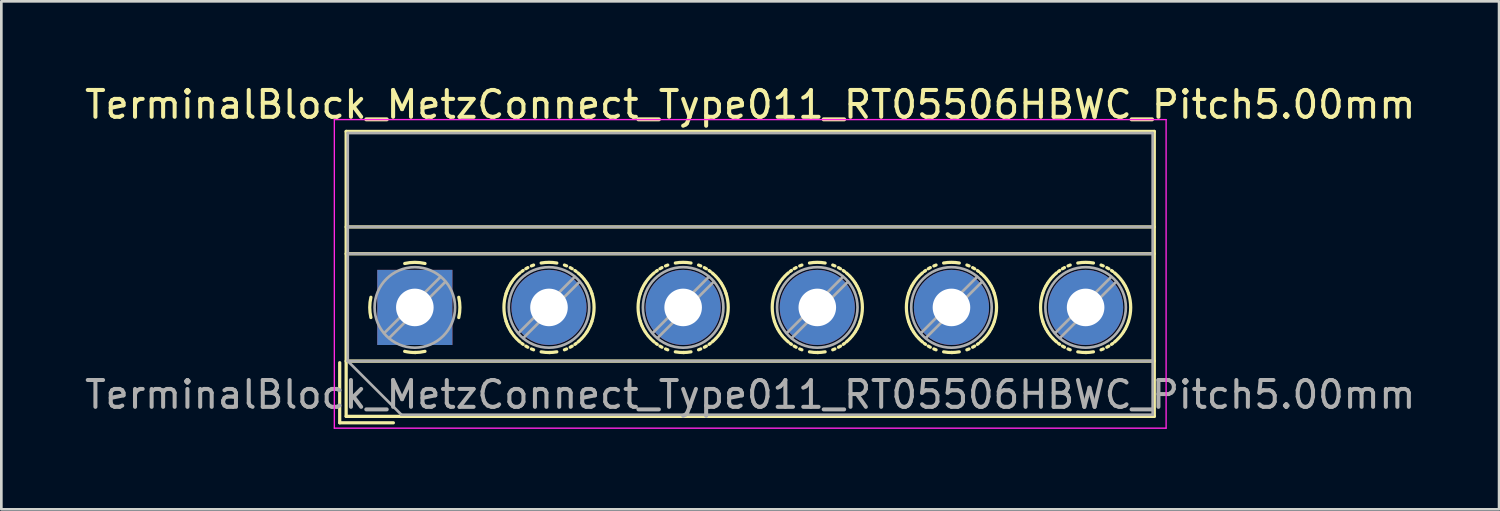
<source format=kicad_pcb>
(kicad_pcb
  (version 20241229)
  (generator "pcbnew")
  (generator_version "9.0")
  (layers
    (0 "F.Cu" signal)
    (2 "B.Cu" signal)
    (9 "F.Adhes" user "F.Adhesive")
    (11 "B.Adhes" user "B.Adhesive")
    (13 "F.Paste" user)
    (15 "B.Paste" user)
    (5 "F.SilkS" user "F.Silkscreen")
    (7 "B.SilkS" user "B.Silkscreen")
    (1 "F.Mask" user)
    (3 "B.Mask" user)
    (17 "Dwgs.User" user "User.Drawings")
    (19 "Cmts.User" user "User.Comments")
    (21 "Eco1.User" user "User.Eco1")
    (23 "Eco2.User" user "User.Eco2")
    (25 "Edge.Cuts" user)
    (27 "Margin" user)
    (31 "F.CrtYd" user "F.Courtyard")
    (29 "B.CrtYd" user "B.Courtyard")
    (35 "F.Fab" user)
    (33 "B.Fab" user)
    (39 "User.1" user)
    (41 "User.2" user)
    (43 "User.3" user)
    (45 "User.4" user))
  (footprint "TerminalBlock_MetzConnect_Type011_RT05506HBWC_Pitch5.00mm"
    (layer "F.Cu")
    (at 12.411 8.408)
    (property "Reference" "TerminalBlock_MetzConnect_Type011_RT05506HBWC_Pitch5.00mm" (at 12.5 -7.56 0) (layer "F.SilkS") (effects (font (size 1 1) (thickness 0.15))))
    (attr through_hole)
    (fp_line (start -2.8 2.06) (end -2.8 4.3) (stroke (width 0.12) (type solid)) (layer "F.SilkS"))
    (fp_line (start -2.8 4.3) (end -0.8 4.3) (stroke (width 0.12) (type solid)) (layer "F.SilkS"))
    (fp_line (start -2.56 -6.56) (end -2.56 4.06) (stroke (width 0.12) (type solid)) (layer "F.SilkS"))
    (fp_line (start -2.56 -3) (end 27.56 -3) (stroke (width 0.12) (type solid)) (layer "F.SilkS"))
    (fp_line (start -2.56 -2) (end 27.56 -2) (stroke (width 0.12) (type solid)) (layer "F.SilkS"))
    (fp_line (start -2.56 2) (end 27.56 2) (stroke (width 0.12) (type solid)) (layer "F.SilkS"))
    (fp_line (start -2.56 4.06) (end 27.56 4.06) (stroke (width 0.12) (type solid)) (layer "F.SilkS"))
    (fp_line (start 27.56 -6.56) (end -2.56 -6.56) (stroke (width 0.12) (type solid)) (layer "F.SilkS"))
    (fp_line (start 27.56 4.06) (end 27.56 -6.56) (stroke (width 0.12) (type solid)) (layer "F.SilkS"))
    (fp_arc (start -1.637469 0.376971) (mid -1.680301 -0.001041) (end -1.637 -0.379) (stroke (width 0.12) (type solid)) (layer "F.SilkS"))
    (fp_arc (start -0.376971 -1.637469) (mid 0.001041 -1.680301) (end 0.379 -1.637) (stroke (width 0.12) (type solid)) (layer "F.SilkS"))
    (fp_arc (start 0.028284 1.680063) (mid -0.176675 1.670987) (end -0.379 1.637) (stroke (width 0.12) (type solid)) (layer "F.SilkS"))
    (fp_arc (start 0.377918 1.636942) (mid 0.190182 1.669201) (end 0 1.68) (stroke (width 0.12) (type solid)) (layer "F.SilkS"))
    (fp_arc (start 1.63703 -0.377869) (mid 1.680075 0.000067) (end 1.637 0.378) (stroke (width 0.12) (type solid)) (layer "F.SilkS"))
    (fp_arc (start 3.402352 0.518004) (mid 3.320474 -0.001049) (end 3.403 -0.52) (stroke (width 0.12) (type solid)) (layer "F.SilkS"))
    (fp_arc (start 3.40259 -0.520111) (mid 3.416752 -0.561748) (end 3.432 -0.603) (stroke (width 0.12) (type solid)) (layer "F.SilkS"))
    (fp_arc (start 3.432351 0.601869) (mid 3.417133 0.560627) (end 3.403 0.519) (stroke (width 0.12) (type solid)) (layer "F.SilkS"))
    (fp_arc (start 3.443063 -0.630047) (mid 3.454296 -0.657124) (end 3.466 -0.684) (stroke (width 0.12) (type solid)) (layer "F.SilkS"))
    (fp_arc (start 3.465935 0.683955) (mid 3.454232 0.657078) (end 3.443 0.63) (stroke (width 0.12) (type solid)) (layer "F.SilkS"))
    (fp_arc (start 3.477739 -0.710304) (mid 3.496854 -0.749909) (end 3.517 -0.789) (stroke (width 0.12) (type solid)) (layer "F.SilkS"))
    (fp_arc (start 3.517244 0.788682) (mid 3.497107 0.749598) (end 3.478 0.71) (stroke (width 0.12) (type solid)) (layer "F.SilkS"))
    (fp_arc (start 3.53132 -0.815253) (mid 3.553164 -0.853419) (end 3.576 -0.891) (stroke (width 0.12) (type solid)) (layer "F.SilkS"))
    (fp_arc (start 3.575667 0.890765) (mid 3.552837 0.853175) (end 3.531 0.815) (stroke (width 0.12) (type solid)) (layer "F.SilkS"))
    (fp_arc (start 3.591155 -0.915521) (mid 3.615603 -0.952087) (end 3.641 -0.988) (stroke (width 0.12) (type solid)) (layer "F.SilkS"))
    (fp_arc (start 3.640818 0.987487) (mid 3.615435 0.95157) (end 3.591 0.915) (stroke (width 0.12) (type solid)) (layer "F.SilkS"))
    (fp_arc (start 3.677057 -1.035461) (mid 3.69533 -1.058392) (end 3.714 -1.081) (stroke (width 0.12) (type solid)) (layer "F.SilkS"))
    (fp_arc (start 3.712928 1.080576) (mid 3.694265 1.057949) (end 3.676 1.035) (stroke (width 0.12) (type solid)) (layer "F.SilkS"))
    (fp_arc (start 3.752399 -1.125248) (mid 3.782282 -1.157521) (end 3.813 -1.189) (stroke (width 0.12) (type solid)) (layer "F.SilkS"))
    (fp_arc (start 3.812536 1.187775) (mid 3.781851 1.156284) (end 3.752 1.124) (stroke (width 0.12) (type solid)) (layer "F.SilkS"))
    (fp_arc (start 3.85507 -1.229764) (mid 3.887654 -1.259313) (end 3.921 -1.288) (stroke (width 0.12) (type solid)) (layer "F.SilkS"))
    (fp_arc (start 3.92089 1.28724) (mid 3.887564 1.258551) (end 3.855 1.229) (stroke (width 0.12) (type solid)) (layer "F.SilkS"))
    (fp_arc (start 3.98953 -1.342553) (mid 4.013115 -1.359984) (end 4.037 -1.377) (stroke (width 0.12) (type solid)) (layer "F.SilkS"))
    (fp_arc (start 4.036451 1.376466) (mid 4.012575 1.35944) (end 3.989 1.342) (stroke (width 0.12) (type solid)) (layer "F.SilkS"))
    (fp_arc (start 4.135413 -1.440725) (mid 4.173423 -1.462864) (end 4.212 -1.484) (stroke (width 0.12) (type solid)) (layer "F.SilkS"))
    (fp_arc (start 4.211549 1.483297) (mid 4.172991 1.46215) (end 4.135 1.44) (stroke (width 0.12) (type solid)) (layer "F.SilkS"))
    (fp_arc (start 4.344148 -1.546795) (mid 4.384863 -1.563433) (end 4.426 -1.579) (stroke (width 0.12) (type solid)) (layer "F.SilkS"))
    (fp_arc (start 4.425863 1.579212) (mid 4.384721 1.563642) (end 4.344 1.547) (stroke (width 0.12) (type solid)) (layer "F.SilkS"))
    (fp_arc (start 4.708347 -1.655061) (mid 5.000176 -1.680562) (end 5.292 -1.655) (stroke (width 0.12) (type solid)) (layer "F.SilkS"))
    (fp_arc (start 5.029154 1.680309) (mid 4.867969 1.675367) (end 4.708 1.655) (stroke (width 0.12) (type solid)) (layer "F.SilkS"))
    (fp_arc (start 5.291729 1.654477) (mid 5.146422 1.673607) (end 5 1.68) (stroke (width 0.12) (type solid)) (layer "F.SilkS"))
    (fp_arc (start 5.575136 -1.579265) (mid 5.616279 -1.563669) (end 5.657 -1.547) (stroke (width 0.12) (type solid)) (layer "F.SilkS"))
    (fp_arc (start 5.65685 1.546743) (mid 5.616136 1.563407) (end 5.575 1.579) (stroke (width 0.12) (type solid)) (layer "F.SilkS"))
    (fp_arc (start 5.789449 -1.483349) (mid 5.828008 -1.462175) (end 5.866 -1.44) (stroke (width 0.12) (type solid)) (layer "F.SilkS"))
    (fp_arc (start 5.865585 1.440673) (mid 5.827576 1.462838) (end 5.789 1.484) (stroke (width 0.12) (type solid)) (layer "F.SilkS"))
    (fp_arc (start 5.964548 -1.376501) (mid 5.988425 -1.359458) (end 6.012 -1.342) (stroke (width 0.12) (type solid)) (layer "F.SilkS"))
    (fp_arc (start 6.011469 1.342518) (mid 5.987885 1.359966) (end 5.964 1.377) (stroke (width 0.12) (type solid)) (layer "F.SilkS"))
    (fp_arc (start 6.080109 -1.287293) (mid 6.113436 -1.258578) (end 6.146 -1.229) (stroke (width 0.12) (type solid)) (layer "F.SilkS"))
    (fp_arc (start 6.145876 1.228713) (mid 6.113319 1.258288) (end 6.08 1.287) (stroke (width 0.12) (type solid)) (layer "F.SilkS"))
    (fp_arc (start 6.18841 -1.188826) (mid 6.219123 -1.15731) (end 6.249 -1.125) (stroke (width 0.12) (type solid)) (layer "F.SilkS"))
    (fp_arc (start 6.248547 1.124197) (mid 6.218691 1.156495) (end 6.188 1.188) (stroke (width 0.12) (type solid)) (layer "F.SilkS"))
    (fp_arc (start 6.287072 -1.080576) (mid 6.305735 -1.057949) (end 6.324 -1.035) (stroke (width 0.12) (type solid)) (layer "F.SilkS"))
    (fp_arc (start 6.323907 1.034426) (mid 6.305652 1.057374) (end 6.287 1.08) (stroke (width 0.12) (type solid)) (layer "F.SilkS"))
    (fp_arc (start 6.36018 -0.98754) (mid 6.385565 -0.951596) (end 6.41 -0.915) (stroke (width 0.12) (type solid)) (layer "F.SilkS"))
    (fp_arc (start 6.409844 0.915469) (mid 6.385397 0.952061) (end 6.36 0.988) (stroke (width 0.12) (type solid)) (layer "F.SilkS"))
    (fp_arc (start 6.425332 -0.890817) (mid 6.448162 -0.853201) (end 6.47 -0.815) (stroke (width 0.12) (type solid)) (layer "F.SilkS"))
    (fp_arc (start 6.469678 0.8152) (mid 6.447835 0.853392) (end 6.425 0.891) (stroke (width 0.12) (type solid)) (layer "F.SilkS"))
    (fp_arc (start 6.483754 -0.788735) (mid 6.503892 -0.749624) (end 6.523 -0.71) (stroke (width 0.12) (type solid)) (layer "F.SilkS"))
    (fp_arc (start 6.523259 0.710252) (mid 6.504145 0.749883) (end 6.484 0.789) (stroke (width 0.12) (type solid)) (layer "F.SilkS"))
    (fp_arc (start 6.535064 -0.68399) (mid 6.546768 -0.657095) (end 6.558 -0.63) (stroke (width 0.12) (type solid)) (layer "F.SilkS"))
    (fp_arc (start 6.557936 0.630013) (mid 6.546704 0.657107) (end 6.535 0.684) (stroke (width 0.12) (type solid)) (layer "F.SilkS"))
    (fp_arc (start 6.568595 -0.60292) (mid 6.58384 -0.561652) (end 6.598 -0.52) (stroke (width 0.12) (type solid)) (layer "F.SilkS"))
    (fp_arc (start 6.598408 0.520058) (mid 6.584247 0.561721) (end 6.569 0.603) (stroke (width 0.12) (type solid)) (layer "F.SilkS"))
    (fp_arc (start 6.598457 -0.518592) (mid 6.680477 0.00074) (end 6.598 0.52) (stroke (width 0.12) (type solid)) (layer "F.SilkS"))
    (fp_arc (start 8.402352 0.518004) (mid 8.320474 -0.001049) (end 8.403 -0.52) (stroke (width 0.12) (type solid)) (layer "F.SilkS"))
    (fp_arc (start 8.40259 -0.520111) (mid 8.416752 -0.561748) (end 8.432 -0.603) (stroke (width 0.12) (type solid)) (layer "F.SilkS"))
    (fp_arc (start 8.432351 0.601869) (mid 8.417133 0.560627) (end 8.403 0.519) (stroke (width 0.12) (type solid)) (layer "F.SilkS"))
    (fp_arc (start 8.443063 -0.630047) (mid 8.454296 -0.657124) (end 8.466 -0.684) (stroke (width 0.12) (type solid)) (layer "F.SilkS"))
    (fp_arc (start 8.465935 0.683955) (mid 8.454232 0.657078) (end 8.443 0.63) (stroke (width 0.12) (type solid)) (layer "F.SilkS"))
    (fp_arc (start 8.477739 -0.710304) (mid 8.496854 -0.749909) (end 8.517 -0.789) (stroke (width 0.12) (type solid)) (layer "F.SilkS"))
    (fp_arc (start 8.517244 0.788682) (mid 8.497107 0.749598) (end 8.478 0.71) (stroke (width 0.12) (type solid)) (layer "F.SilkS"))
    (fp_arc (start 8.53132 -0.815253) (mid 8.553164 -0.853419) (end 8.576 -0.891) (stroke (width 0.12) (type solid)) (layer "F.SilkS"))
    (fp_arc (start 8.575667 0.890765) (mid 8.552837 0.853175) (end 8.531 0.815) (stroke (width 0.12) (type solid)) (layer "F.SilkS"))
    (fp_arc (start 8.591155 -0.915521) (mid 8.615603 -0.952087) (end 8.641 -0.988) (stroke (width 0.12) (type solid)) (layer "F.SilkS"))
    (fp_arc (start 8.640818 0.987487) (mid 8.615435 0.95157) (end 8.591 0.915) (stroke (width 0.12) (type solid)) (layer "F.SilkS"))
    (fp_arc (start 8.677057 -1.035461) (mid 8.69533 -1.058392) (end 8.714 -1.081) (stroke (width 0.12) (type solid)) (layer "F.SilkS"))
    (fp_arc (start 8.712928 1.080576) (mid 8.694265 1.057949) (end 8.676 1.035) (stroke (width 0.12) (type solid)) (layer "F.SilkS"))
    (fp_arc (start 8.752399 -1.125248) (mid 8.782282 -1.157521) (end 8.813 -1.189) (stroke (width 0.12) (type solid)) (layer "F.SilkS"))
    (fp_arc (start 8.812536 1.187775) (mid 8.781851 1.156284) (end 8.752 1.124) (stroke (width 0.12) (type solid)) (layer "F.SilkS"))
    (fp_arc (start 8.85507 -1.229764) (mid 8.887654 -1.259313) (end 8.921 -1.288) (stroke (width 0.12) (type solid)) (layer "F.SilkS"))
    (fp_arc (start 8.92089 1.28724) (mid 8.887564 1.258551) (end 8.855 1.229) (stroke (width 0.12) (type solid)) (layer "F.SilkS"))
    (fp_arc (start 8.98953 -1.342553) (mid 9.013115 -1.359984) (end 9.037 -1.377) (stroke (width 0.12) (type solid)) (layer "F.SilkS"))
    (fp_arc (start 9.036451 1.376466) (mid 9.012575 1.35944) (end 8.989 1.342) (stroke (width 0.12) (type solid)) (layer "F.SilkS"))
    (fp_arc (start 9.135413 -1.440725) (mid 9.173423 -1.462864) (end 9.212 -1.484) (stroke (width 0.12) (type solid)) (layer "F.SilkS"))
    (fp_arc (start 9.211549 1.483297) (mid 9.172991 1.46215) (end 9.135 1.44) (stroke (width 0.12) (type solid)) (layer "F.SilkS"))
    (fp_arc (start 9.344148 -1.546795) (mid 9.384863 -1.563433) (end 9.426 -1.579) (stroke (width 0.12) (type solid)) (layer "F.SilkS"))
    (fp_arc (start 9.425863 1.579212) (mid 9.384721 1.563642) (end 9.344 1.547) (stroke (width 0.12) (type solid)) (layer "F.SilkS"))
    (fp_arc (start 9.708347 -1.655061) (mid 10.000176 -1.680562) (end 10.292 -1.655) (stroke (width 0.12) (type solid)) (layer "F.SilkS"))
    (fp_arc (start 10.029154 1.680309) (mid 9.867969 1.675367) (end 9.708 1.655) (stroke (width 0.12) (type solid)) (layer "F.SilkS"))
    (fp_arc (start 10.291729 1.654477) (mid 10.146422 1.673607) (end 10 1.68) (stroke (width 0.12) (type solid)) (layer "F.SilkS"))
    (fp_arc (start 10.575136 -1.579265) (mid 10.616279 -1.563669) (end 10.657 -1.547) (stroke (width 0.12) (type solid)) (layer "F.SilkS"))
    (fp_arc (start 10.65685 1.546743) (mid 10.616136 1.563407) (end 10.575 1.579) (stroke (width 0.12) (type solid)) (layer "F.SilkS"))
    (fp_arc (start 10.789449 -1.483349) (mid 10.828008 -1.462175) (end 10.866 -1.44) (stroke (width 0.12) (type solid)) (layer "F.SilkS"))
    (fp_arc (start 10.865585 1.440673) (mid 10.827576 1.462838) (end 10.789 1.484) (stroke (width 0.12) (type solid)) (layer "F.SilkS"))
    (fp_arc (start 10.964548 -1.376501) (mid 10.988425 -1.359458) (end 11.012 -1.342) (stroke (width 0.12) (type solid)) (layer "F.SilkS"))
    (fp_arc (start 11.011469 1.342518) (mid 10.987885 1.359966) (end 10.964 1.377) (stroke (width 0.12) (type solid)) (layer "F.SilkS"))
    (fp_arc (start 11.080109 -1.287293) (mid 11.113436 -1.258578) (end 11.146 -1.229) (stroke (width 0.12) (type solid)) (layer "F.SilkS"))
    (fp_arc (start 11.145876 1.228713) (mid 11.113319 1.258288) (end 11.08 1.287) (stroke (width 0.12) (type solid)) (layer "F.SilkS"))
    (fp_arc (start 11.18841 -1.188826) (mid 11.219123 -1.15731) (end 11.249 -1.125) (stroke (width 0.12) (type solid)) (layer "F.SilkS"))
    (fp_arc (start 11.248547 1.124197) (mid 11.218691 1.156495) (end 11.188 1.188) (stroke (width 0.12) (type solid)) (layer "F.SilkS"))
    (fp_arc (start 11.287072 -1.080576) (mid 11.305735 -1.057949) (end 11.324 -1.035) (stroke (width 0.12) (type solid)) (layer "F.SilkS"))
    (fp_arc (start 11.323907 1.034426) (mid 11.305652 1.057374) (end 11.287 1.08) (stroke (width 0.12) (type solid)) (layer "F.SilkS"))
    (fp_arc (start 11.36018 -0.98754) (mid 11.385565 -0.951596) (end 11.41 -0.915) (stroke (width 0.12) (type solid)) (layer "F.SilkS"))
    (fp_arc (start 11.409844 0.915469) (mid 11.385397 0.952061) (end 11.36 0.988) (stroke (width 0.12) (type solid)) (layer "F.SilkS"))
    (fp_arc (start 11.425332 -0.890817) (mid 11.448162 -0.853201) (end 11.47 -0.815) (stroke (width 0.12) (type solid)) (layer "F.SilkS"))
    (fp_arc (start 11.469678 0.8152) (mid 11.447835 0.853392) (end 11.425 0.891) (stroke (width 0.12) (type solid)) (layer "F.SilkS"))
    (fp_arc (start 11.483754 -0.788735) (mid 11.503892 -0.749624) (end 11.523 -0.71) (stroke (width 0.12) (type solid)) (layer "F.SilkS"))
    (fp_arc (start 11.523259 0.710252) (mid 11.504145 0.749883) (end 11.484 0.789) (stroke (width 0.12) (type solid)) (layer "F.SilkS"))
    (fp_arc (start 11.535064 -0.68399) (mid 11.546768 -0.657095) (end 11.558 -0.63) (stroke (width 0.12) (type solid)) (layer "F.SilkS"))
    (fp_arc (start 11.557936 0.630013) (mid 11.546704 0.657107) (end 11.535 0.684) (stroke (width 0.12) (type solid)) (layer "F.SilkS"))
    (fp_arc (start 11.568595 -0.60292) (mid 11.58384 -0.561652) (end 11.598 -0.52) (stroke (width 0.12) (type solid)) (layer "F.SilkS"))
    (fp_arc (start 11.598408 0.520058) (mid 11.584247 0.561721) (end 11.569 0.603) (stroke (width 0.12) (type solid)) (layer "F.SilkS"))
    (fp_arc (start 11.598457 -0.518592) (mid 11.680477 0.00074) (end 11.598 0.52) (stroke (width 0.12) (type solid)) (layer "F.SilkS"))
    (fp_arc (start 13.402352 0.518004) (mid 13.320474 -0.001049) (end 13.403 -0.52) (stroke (width 0.12) (type solid)) (layer "F.SilkS"))
    (fp_arc (start 13.40259 -0.520111) (mid 13.416752 -0.561748) (end 13.432 -0.603) (stroke (width 0.12) (type solid)) (layer "F.SilkS"))
    (fp_arc (start 13.432351 0.601869) (mid 13.417133 0.560627) (end 13.403 0.519) (stroke (width 0.12) (type solid)) (layer "F.SilkS"))
    (fp_arc (start 13.443063 -0.630047) (mid 13.454296 -0.657124) (end 13.466 -0.684) (stroke (width 0.12) (type solid)) (layer "F.SilkS"))
    (fp_arc (start 13.465935 0.683955) (mid 13.454232 0.657078) (end 13.443 0.63) (stroke (width 0.12) (type solid)) (layer "F.SilkS"))
    (fp_arc (start 13.477739 -0.710304) (mid 13.496854 -0.749909) (end 13.517 -0.789) (stroke (width 0.12) (type solid)) (layer "F.SilkS"))
    (fp_arc (start 13.517244 0.788682) (mid 13.497107 0.749598) (end 13.478 0.71) (stroke (width 0.12) (type solid)) (layer "F.SilkS"))
    (fp_arc (start 13.53132 -0.815253) (mid 13.553164 -0.853419) (end 13.576 -0.891) (stroke (width 0.12) (type solid)) (layer "F.SilkS"))
    (fp_arc (start 13.575667 0.890765) (mid 13.552837 0.853175) (end 13.531 0.815) (stroke (width 0.12) (type solid)) (layer "F.SilkS"))
    (fp_arc (start 13.591155 -0.915521) (mid 13.615603 -0.952087) (end 13.641 -0.988) (stroke (width 0.12) (type solid)) (layer "F.SilkS"))
    (fp_arc (start 13.640818 0.987487) (mid 13.615435 0.95157) (end 13.591 0.915) (stroke (width 0.12) (type solid)) (layer "F.SilkS"))
    (fp_arc (start 13.677057 -1.035461) (mid 13.69533 -1.058392) (end 13.714 -1.081) (stroke (width 0.12) (type solid)) (layer "F.SilkS"))
    (fp_arc (start 13.712928 1.080576) (mid 13.694265 1.057949) (end 13.676 1.035) (stroke (width 0.12) (type solid)) (layer "F.SilkS"))
    (fp_arc (start 13.752399 -1.125248) (mid 13.782282 -1.157521) (end 13.813 -1.189) (stroke (width 0.12) (type solid)) (layer "F.SilkS"))
    (fp_arc (start 13.812536 1.187775) (mid 13.781851 1.156284) (end 13.752 1.124) (stroke (width 0.12) (type solid)) (layer "F.SilkS"))
    (fp_arc (start 13.85507 -1.229764) (mid 13.887654 -1.259313) (end 13.921 -1.288) (stroke (width 0.12) (type solid)) (layer "F.SilkS"))
    (fp_arc (start 13.92089 1.28724) (mid 13.887564 1.258551) (end 13.855 1.229) (stroke (width 0.12) (type solid)) (layer "F.SilkS"))
    (fp_arc (start 13.98953 -1.342553) (mid 14.013115 -1.359984) (end 14.037 -1.377) (stroke (width 0.12) (type solid)) (layer "F.SilkS"))
    (fp_arc (start 14.036451 1.376466) (mid 14.012575 1.35944) (end 13.989 1.342) (stroke (width 0.12) (type solid)) (layer "F.SilkS"))
    (fp_arc (start 14.135413 -1.440725) (mid 14.173423 -1.462864) (end 14.212 -1.484) (stroke (width 0.12) (type solid)) (layer "F.SilkS"))
    (fp_arc (start 14.211549 1.483297) (mid 14.172991 1.46215) (end 14.135 1.44) (stroke (width 0.12) (type solid)) (layer "F.SilkS"))
    (fp_arc (start 14.344148 -1.546795) (mid 14.384863 -1.563433) (end 14.426 -1.579) (stroke (width 0.12) (type solid)) (layer "F.SilkS"))
    (fp_arc (start 14.425863 1.579212) (mid 14.384721 1.563642) (end 14.344 1.547) (stroke (width 0.12) (type solid)) (layer "F.SilkS"))
    (fp_arc (start 14.708347 -1.655061) (mid 15.000176 -1.680562) (end 15.292 -1.655) (stroke (width 0.12) (type solid)) (layer "F.SilkS"))
    (fp_arc (start 15.029154 1.680309) (mid 14.867969 1.675367) (end 14.708 1.655) (stroke (width 0.12) (type solid)) (layer "F.SilkS"))
    (fp_arc (start 15.291729 1.654477) (mid 15.146422 1.673607) (end 15 1.68) (stroke (width 0.12) (type solid)) (layer "F.SilkS"))
    (fp_arc (start 15.575136 -1.579265) (mid 15.616279 -1.563669) (end 15.657 -1.547) (stroke (width 0.12) (type solid)) (layer "F.SilkS"))
    (fp_arc (start 15.65685 1.546743) (mid 15.616136 1.563407) (end 15.575 1.579) (stroke (width 0.12) (type solid)) (layer "F.SilkS"))
    (fp_arc (start 15.789449 -1.483349) (mid 15.828008 -1.462175) (end 15.866 -1.44) (stroke (width 0.12) (type solid)) (layer "F.SilkS"))
    (fp_arc (start 15.865585 1.440673) (mid 15.827576 1.462838) (end 15.789 1.484) (stroke (width 0.12) (type solid)) (layer "F.SilkS"))
    (fp_arc (start 15.964548 -1.376501) (mid 15.988425 -1.359458) (end 16.012 -1.342) (stroke (width 0.12) (type solid)) (layer "F.SilkS"))
    (fp_arc (start 16.011469 1.342518) (mid 15.987885 1.359966) (end 15.964 1.377) (stroke (width 0.12) (type solid)) (layer "F.SilkS"))
    (fp_arc (start 16.080109 -1.287293) (mid 16.113436 -1.258578) (end 16.146 -1.229) (stroke (width 0.12) (type solid)) (layer "F.SilkS"))
    (fp_arc (start 16.145876 1.228713) (mid 16.113319 1.258288) (end 16.08 1.287) (stroke (width 0.12) (type solid)) (layer "F.SilkS"))
    (fp_arc (start 16.18841 -1.188826) (mid 16.219123 -1.15731) (end 16.249 -1.125) (stroke (width 0.12) (type solid)) (layer "F.SilkS"))
    (fp_arc (start 16.248547 1.124197) (mid 16.218691 1.156495) (end 16.188 1.188) (stroke (width 0.12) (type solid)) (layer "F.SilkS"))
    (fp_arc (start 16.287072 -1.080576) (mid 16.305735 -1.057949) (end 16.324 -1.035) (stroke (width 0.12) (type solid)) (layer "F.SilkS"))
    (fp_arc (start 16.323907 1.034426) (mid 16.305652 1.057374) (end 16.287 1.08) (stroke (width 0.12) (type solid)) (layer "F.SilkS"))
    (fp_arc (start 16.36018 -0.98754) (mid 16.385565 -0.951596) (end 16.41 -0.915) (stroke (width 0.12) (type solid)) (layer "F.SilkS"))
    (fp_arc (start 16.409844 0.915469) (mid 16.385397 0.952061) (end 16.36 0.988) (stroke (width 0.12) (type solid)) (layer "F.SilkS"))
    (fp_arc (start 16.425332 -0.890817) (mid 16.448162 -0.853201) (end 16.47 -0.815) (stroke (width 0.12) (type solid)) (layer "F.SilkS"))
    (fp_arc (start 16.469678 0.8152) (mid 16.447835 0.853392) (end 16.425 0.891) (stroke (width 0.12) (type solid)) (layer "F.SilkS"))
    (fp_arc (start 16.483754 -0.788735) (mid 16.503892 -0.749624) (end 16.523 -0.71) (stroke (width 0.12) (type solid)) (layer "F.SilkS"))
    (fp_arc (start 16.523259 0.710252) (mid 16.504145 0.749883) (end 16.484 0.789) (stroke (width 0.12) (type solid)) (layer "F.SilkS"))
    (fp_arc (start 16.535064 -0.68399) (mid 16.546768 -0.657095) (end 16.558 -0.63) (stroke (width 0.12) (type solid)) (layer "F.SilkS"))
    (fp_arc (start 16.557936 0.630013) (mid 16.546704 0.657107) (end 16.535 0.684) (stroke (width 0.12) (type solid)) (layer "F.SilkS"))
    (fp_arc (start 16.568595 -0.60292) (mid 16.58384 -0.561652) (end 16.598 -0.52) (stroke (width 0.12) (type solid)) (layer "F.SilkS"))
    (fp_arc (start 16.598408 0.520058) (mid 16.584247 0.561721) (end 16.569 0.603) (stroke (width 0.12) (type solid)) (layer "F.SilkS"))
    (fp_arc (start 16.598457 -0.518592) (mid 16.680477 0.00074) (end 16.598 0.52) (stroke (width 0.12) (type solid)) (layer "F.SilkS"))
    (fp_arc (start 18.402352 0.518004) (mid 18.320474 -0.001049) (end 18.403 -0.52) (stroke (width 0.12) (type solid)) (layer "F.SilkS"))
    (fp_arc (start 18.40259 -0.520111) (mid 18.416752 -0.561748) (end 18.432 -0.603) (stroke (width 0.12) (type solid)) (layer "F.SilkS"))
    (fp_arc (start 18.432351 0.601869) (mid 18.417133 0.560627) (end 18.403 0.519) (stroke (width 0.12) (type solid)) (layer "F.SilkS"))
    (fp_arc (start 18.443063 -0.630047) (mid 18.454296 -0.657124) (end 18.466 -0.684) (stroke (width 0.12) (type solid)) (layer "F.SilkS"))
    (fp_arc (start 18.465935 0.683955) (mid 18.454232 0.657078) (end 18.443 0.63) (stroke (width 0.12) (type solid)) (layer "F.SilkS"))
    (fp_arc (start 18.477739 -0.710304) (mid 18.496854 -0.749909) (end 18.517 -0.789) (stroke (width 0.12) (type solid)) (layer "F.SilkS"))
    (fp_arc (start 18.517244 0.788682) (mid 18.497107 0.749598) (end 18.478 0.71) (stroke (width 0.12) (type solid)) (layer "F.SilkS"))
    (fp_arc (start 18.53132 -0.815253) (mid 18.553164 -0.853419) (end 18.576 -0.891) (stroke (width 0.12) (type solid)) (layer "F.SilkS"))
    (fp_arc (start 18.575667 0.890765) (mid 18.552837 0.853175) (end 18.531 0.815) (stroke (width 0.12) (type solid)) (layer "F.SilkS"))
    (fp_arc (start 18.591155 -0.915521) (mid 18.615603 -0.952087) (end 18.641 -0.988) (stroke (width 0.12) (type solid)) (layer "F.SilkS"))
    (fp_arc (start 18.640818 0.987487) (mid 18.615435 0.95157) (end 18.591 0.915) (stroke (width 0.12) (type solid)) (layer "F.SilkS"))
    (fp_arc (start 18.677057 -1.035461) (mid 18.69533 -1.058392) (end 18.714 -1.081) (stroke (width 0.12) (type solid)) (layer "F.SilkS"))
    (fp_arc (start 18.712928 1.080576) (mid 18.694265 1.057949) (end 18.676 1.035) (stroke (width 0.12) (type solid)) (layer "F.SilkS"))
    (fp_arc (start 18.752399 -1.125248) (mid 18.782282 -1.157521) (end 18.813 -1.189) (stroke (width 0.12) (type solid)) (layer "F.SilkS"))
    (fp_arc (start 18.812536 1.187775) (mid 18.781851 1.156284) (end 18.752 1.124) (stroke (width 0.12) (type solid)) (layer "F.SilkS"))
    (fp_arc (start 18.85507 -1.229764) (mid 18.887654 -1.259313) (end 18.921 -1.288) (stroke (width 0.12) (type solid)) (layer "F.SilkS"))
    (fp_arc (start 18.92089 1.28724) (mid 18.887564 1.258551) (end 18.855 1.229) (stroke (width 0.12) (type solid)) (layer "F.SilkS"))
    (fp_arc (start 18.98953 -1.342553) (mid 19.013115 -1.359984) (end 19.037 -1.377) (stroke (width 0.12) (type solid)) (layer "F.SilkS"))
    (fp_arc (start 19.036451 1.376466) (mid 19.012575 1.35944) (end 18.989 1.342) (stroke (width 0.12) (type solid)) (layer "F.SilkS"))
    (fp_arc (start 19.135413 -1.440725) (mid 19.173423 -1.462864) (end 19.212 -1.484) (stroke (width 0.12) (type solid)) (layer "F.SilkS"))
    (fp_arc (start 19.211549 1.483297) (mid 19.172991 1.46215) (end 19.135 1.44) (stroke (width 0.12) (type solid)) (layer "F.SilkS"))
    (fp_arc (start 19.344148 -1.546795) (mid 19.384863 -1.563433) (end 19.426 -1.579) (stroke (width 0.12) (type solid)) (layer "F.SilkS"))
    (fp_arc (start 19.425863 1.579212) (mid 19.384721 1.563642) (end 19.344 1.547) (stroke (width 0.12) (type solid)) (layer "F.SilkS"))
    (fp_arc (start 19.708347 -1.655061) (mid 20.000176 -1.680562) (end 20.292 -1.655) (stroke (width 0.12) (type solid)) (layer "F.SilkS"))
    (fp_arc (start 20.029154 1.680309) (mid 19.867969 1.675367) (end 19.708 1.655) (stroke (width 0.12) (type solid)) (layer "F.SilkS"))
    (fp_arc (start 20.291729 1.654477) (mid 20.146422 1.673607) (end 20 1.68) (stroke (width 0.12) (type solid)) (layer "F.SilkS"))
    (fp_arc (start 20.575136 -1.579265) (mid 20.616279 -1.563669) (end 20.657 -1.547) (stroke (width 0.12) (type solid)) (layer "F.SilkS"))
    (fp_arc (start 20.65685 1.546743) (mid 20.616136 1.563407) (end 20.575 1.579) (stroke (width 0.12) (type solid)) (layer "F.SilkS"))
    (fp_arc (start 20.789449 -1.483349) (mid 20.828008 -1.462175) (end 20.866 -1.44) (stroke (width 0.12) (type solid)) (layer "F.SilkS"))
    (fp_arc (start 20.865585 1.440673) (mid 20.827576 1.462838) (end 20.789 1.484) (stroke (width 0.12) (type solid)) (layer "F.SilkS"))
    (fp_arc (start 20.964548 -1.376501) (mid 20.988425 -1.359458) (end 21.012 -1.342) (stroke (width 0.12) (type solid)) (layer "F.SilkS"))
    (fp_arc (start 21.011469 1.342518) (mid 20.987885 1.359966) (end 20.964 1.377) (stroke (width 0.12) (type solid)) (layer "F.SilkS"))
    (fp_arc (start 21.080109 -1.287293) (mid 21.113436 -1.258578) (end 21.146 -1.229) (stroke (width 0.12) (type solid)) (layer "F.SilkS"))
    (fp_arc (start 21.145876 1.228713) (mid 21.113319 1.258288) (end 21.08 1.287) (stroke (width 0.12) (type solid)) (layer "F.SilkS"))
    (fp_arc (start 21.18841 -1.188826) (mid 21.219123 -1.15731) (end 21.249 -1.125) (stroke (width 0.12) (type solid)) (layer "F.SilkS"))
    (fp_arc (start 21.248547 1.124197) (mid 21.218691 1.156495) (end 21.188 1.188) (stroke (width 0.12) (type solid)) (layer "F.SilkS"))
    (fp_arc (start 21.287072 -1.080576) (mid 21.305735 -1.057949) (end 21.324 -1.035) (stroke (width 0.12) (type solid)) (layer "F.SilkS"))
    (fp_arc (start 21.323907 1.034426) (mid 21.305652 1.057374) (end 21.287 1.08) (stroke (width 0.12) (type solid)) (layer "F.SilkS"))
    (fp_arc (start 21.36018 -0.98754) (mid 21.385565 -0.951596) (end 21.41 -0.915) (stroke (width 0.12) (type solid)) (layer "F.SilkS"))
    (fp_arc (start 21.409844 0.915469) (mid 21.385397 0.952061) (end 21.36 0.988) (stroke (width 0.12) (type solid)) (layer "F.SilkS"))
    (fp_arc (start 21.425332 -0.890817) (mid 21.448162 -0.853201) (end 21.47 -0.815) (stroke (width 0.12) (type solid)) (layer "F.SilkS"))
    (fp_arc (start 21.469678 0.8152) (mid 21.447835 0.853392) (end 21.425 0.891) (stroke (width 0.12) (type solid)) (layer "F.SilkS"))
    (fp_arc (start 21.483754 -0.788735) (mid 21.503892 -0.749624) (end 21.523 -0.71) (stroke (width 0.12) (type solid)) (layer "F.SilkS"))
    (fp_arc (start 21.523259 0.710252) (mid 21.504145 0.749883) (end 21.484 0.789) (stroke (width 0.12) (type solid)) (layer "F.SilkS"))
    (fp_arc (start 21.535064 -0.68399) (mid 21.546768 -0.657095) (end 21.558 -0.63) (stroke (width 0.12) (type solid)) (layer "F.SilkS"))
    (fp_arc (start 21.557936 0.630013) (mid 21.546704 0.657107) (end 21.535 0.684) (stroke (width 0.12) (type solid)) (layer "F.SilkS"))
    (fp_arc (start 21.568595 -0.60292) (mid 21.58384 -0.561652) (end 21.598 -0.52) (stroke (width 0.12) (type solid)) (layer "F.SilkS"))
    (fp_arc (start 21.598408 0.520058) (mid 21.584247 0.561721) (end 21.569 0.603) (stroke (width 0.12) (type solid)) (layer "F.SilkS"))
    (fp_arc (start 21.598457 -0.518592) (mid 21.680477 0.00074) (end 21.598 0.52) (stroke (width 0.12) (type solid)) (layer "F.SilkS"))
    (fp_arc (start 23.402352 0.518004) (mid 23.320474 -0.001049) (end 23.403 -0.52) (stroke (width 0.12) (type solid)) (layer "F.SilkS"))
    (fp_arc (start 23.40259 -0.520111) (mid 23.416752 -0.561748) (end 23.432 -0.603) (stroke (width 0.12) (type solid)) (layer "F.SilkS"))
    (fp_arc (start 23.432351 0.601869) (mid 23.417133 0.560627) (end 23.403 0.519) (stroke (width 0.12) (type solid)) (layer "F.SilkS"))
    (fp_arc (start 23.443063 -0.630047) (mid 23.454296 -0.657124) (end 23.466 -0.684) (stroke (width 0.12) (type solid)) (layer "F.SilkS"))
    (fp_arc (start 23.465935 0.683955) (mid 23.454232 0.657078) (end 23.443 0.63) (stroke (width 0.12) (type solid)) (layer "F.SilkS"))
    (fp_arc (start 23.477739 -0.710304) (mid 23.496854 -0.749909) (end 23.517 -0.789) (stroke (width 0.12) (type solid)) (layer "F.SilkS"))
    (fp_arc (start 23.517244 0.788682) (mid 23.497107 0.749598) (end 23.478 0.71) (stroke (width 0.12) (type solid)) (layer "F.SilkS"))
    (fp_arc (start 23.53132 -0.815253) (mid 23.553164 -0.853419) (end 23.576 -0.891) (stroke (width 0.12) (type solid)) (layer "F.SilkS"))
    (fp_arc (start 23.575667 0.890765) (mid 23.552837 0.853175) (end 23.531 0.815) (stroke (width 0.12) (type solid)) (layer "F.SilkS"))
    (fp_arc (start 23.591155 -0.915521) (mid 23.615603 -0.952087) (end 23.641 -0.988) (stroke (width 0.12) (type solid)) (layer "F.SilkS"))
    (fp_arc (start 23.640818 0.987487) (mid 23.615435 0.95157) (end 23.591 0.915) (stroke (width 0.12) (type solid)) (layer "F.SilkS"))
    (fp_arc (start 23.677057 -1.035461) (mid 23.69533 -1.058392) (end 23.714 -1.081) (stroke (width 0.12) (type solid)) (layer "F.SilkS"))
    (fp_arc (start 23.712928 1.080576) (mid 23.694265 1.057949) (end 23.676 1.035) (stroke (width 0.12) (type solid)) (layer "F.SilkS"))
    (fp_arc (start 23.752399 -1.125248) (mid 23.782282 -1.157521) (end 23.813 -1.189) (stroke (width 0.12) (type solid)) (layer "F.SilkS"))
    (fp_arc (start 23.812536 1.187775) (mid 23.781851 1.156284) (end 23.752 1.124) (stroke (width 0.12) (type solid)) (layer "F.SilkS"))
    (fp_arc (start 23.85507 -1.229764) (mid 23.887654 -1.259313) (end 23.921 -1.288) (stroke (width 0.12) (type solid)) (layer "F.SilkS"))
    (fp_arc (start 23.92089 1.28724) (mid 23.887564 1.258551) (end 23.855 1.229) (stroke (width 0.12) (type solid)) (layer "F.SilkS"))
    (fp_arc (start 23.98953 -1.342553) (mid 24.013115 -1.359984) (end 24.037 -1.377) (stroke (width 0.12) (type solid)) (layer "F.SilkS"))
    (fp_arc (start 24.036451 1.376466) (mid 24.012575 1.35944) (end 23.989 1.342) (stroke (width 0.12) (type solid)) (layer "F.SilkS"))
    (fp_arc (start 24.135413 -1.440725) (mid 24.173423 -1.462864) (end 24.212 -1.484) (stroke (width 0.12) (type solid)) (layer "F.SilkS"))
    (fp_arc (start 24.211549 1.483297) (mid 24.172991 1.46215) (end 24.135 1.44) (stroke (width 0.12) (type solid)) (layer "F.SilkS"))
    (fp_arc (start 24.344148 -1.546795) (mid 24.384863 -1.563433) (end 24.426 -1.579) (stroke (width 0.12) (type solid)) (layer "F.SilkS"))
    (fp_arc (start 24.425863 1.579212) (mid 24.384721 1.563642) (end 24.344 1.547) (stroke (width 0.12) (type solid)) (layer "F.SilkS"))
    (fp_arc (start 24.708347 -1.655061) (mid 25.000176 -1.680562) (end 25.292 -1.655) (stroke (width 0.12) (type solid)) (layer "F.SilkS"))
    (fp_arc (start 25.029154 1.680309) (mid 24.867969 1.675367) (end 24.708 1.655) (stroke (width 0.12) (type solid)) (layer "F.SilkS"))
    (fp_arc (start 25.291729 1.654477) (mid 25.146422 1.673607) (end 25 1.68) (stroke (width 0.12) (type solid)) (layer "F.SilkS"))
    (fp_arc (start 25.575136 -1.579265) (mid 25.616279 -1.563669) (end 25.657 -1.547) (stroke (width 0.12) (type solid)) (layer "F.SilkS"))
    (fp_arc (start 25.65685 1.546743) (mid 25.616136 1.563407) (end 25.575 1.579) (stroke (width 0.12) (type solid)) (layer "F.SilkS"))
    (fp_arc (start 25.789449 -1.483349) (mid 25.828008 -1.462175) (end 25.866 -1.44) (stroke (width 0.12) (type solid)) (layer "F.SilkS"))
    (fp_arc (start 25.865585 1.440673) (mid 25.827576 1.462838) (end 25.789 1.484) (stroke (width 0.12) (type solid)) (layer "F.SilkS"))
    (fp_arc (start 25.964548 -1.376501) (mid 25.988425 -1.359458) (end 26.012 -1.342) (stroke (width 0.12) (type solid)) (layer "F.SilkS"))
    (fp_arc (start 26.011469 1.342518) (mid 25.987885 1.359966) (end 25.964 1.377) (stroke (width 0.12) (type solid)) (layer "F.SilkS"))
    (fp_arc (start 26.080109 -1.287293) (mid 26.113436 -1.258578) (end 26.146 -1.229) (stroke (width 0.12) (type solid)) (layer "F.SilkS"))
    (fp_arc (start 26.145876 1.228713) (mid 26.113319 1.258288) (end 26.08 1.287) (stroke (width 0.12) (type solid)) (layer "F.SilkS"))
    (fp_arc (start 26.18841 -1.188826) (mid 26.219123 -1.15731) (end 26.249 -1.125) (stroke (width 0.12) (type solid)) (layer "F.SilkS"))
    (fp_arc (start 26.248547 1.124197) (mid 26.218691 1.156495) (end 26.188 1.188) (stroke (width 0.12) (type solid)) (layer "F.SilkS"))
    (fp_arc (start 26.287072 -1.080576) (mid 26.305735 -1.057949) (end 26.324 -1.035) (stroke (width 0.12) (type solid)) (layer "F.SilkS"))
    (fp_arc (start 26.323907 1.034426) (mid 26.305652 1.057374) (end 26.287 1.08) (stroke (width 0.12) (type solid)) (layer "F.SilkS"))
    (fp_arc (start 26.36018 -0.98754) (mid 26.385565 -0.951596) (end 26.41 -0.915) (stroke (width 0.12) (type solid)) (layer "F.SilkS"))
    (fp_arc (start 26.409844 0.915469) (mid 26.385397 0.952061) (end 26.36 0.988) (stroke (width 0.12) (type solid)) (layer "F.SilkS"))
    (fp_arc (start 26.425332 -0.890817) (mid 26.448162 -0.853201) (end 26.47 -0.815) (stroke (width 0.12) (type solid)) (layer "F.SilkS"))
    (fp_arc (start 26.469678 0.8152) (mid 26.447835 0.853392) (end 26.425 0.891) (stroke (width 0.12) (type solid)) (layer "F.SilkS"))
    (fp_arc (start 26.483754 -0.788735) (mid 26.503892 -0.749624) (end 26.523 -0.71) (stroke (width 0.12) (type solid)) (layer "F.SilkS"))
    (fp_arc (start 26.523259 0.710252) (mid 26.504145 0.749883) (end 26.484 0.789) (stroke (width 0.12) (type solid)) (layer "F.SilkS"))
    (fp_arc (start 26.535064 -0.68399) (mid 26.546768 -0.657095) (end 26.558 -0.63) (stroke (width 0.12) (type solid)) (layer "F.SilkS"))
    (fp_arc (start 26.557936 0.630013) (mid 26.546704 0.657107) (end 26.535 0.684) (stroke (width 0.12) (type solid)) (layer "F.SilkS"))
    (fp_arc (start 26.568595 -0.60292) (mid 26.58384 -0.561652) (end 26.598 -0.52) (stroke (width 0.12) (type solid)) (layer "F.SilkS"))
    (fp_arc (start 26.598408 0.520058) (mid 26.584247 0.561721) (end 26.569 0.603) (stroke (width 0.12) (type solid)) (layer "F.SilkS"))
    (fp_arc (start 26.598457 -0.518592) (mid 26.680477 0.00074) (end 26.598 0.52) (stroke (width 0.12) (type solid)) (layer "F.SilkS"))
    (fp_line (start -3 -7) (end -3 4.5) (stroke (width 0.05) (type solid)) (layer "F.CrtYd"))
    (fp_line (start -3 4.5) (end 28 4.5) (stroke (width 0.05) (type solid)) (layer "F.CrtYd"))
    (fp_line (start 28 -7) (end -3 -7) (stroke (width 0.05) (type solid)) (layer "F.CrtYd"))
    (fp_line (start 28 4.5) (end 28 -7) (stroke (width 0.05) (type solid)) (layer "F.CrtYd"))
    (fp_line (start -2.5 -6.5) (end 27.5 -6.5) (stroke (width 0.1) (type solid)) (layer "F.Fab"))
    (fp_line (start -2.5 -3) (end 27.5 -3) (stroke (width 0.1) (type solid)) (layer "F.Fab"))
    (fp_line (start -2.5 -2) (end 27.5 -2) (stroke (width 0.1) (type solid)) (layer "F.Fab"))
    (fp_line (start -2.5 2) (end -2.5 -6.5) (stroke (width 0.1) (type solid)) (layer "F.Fab"))
    (fp_line (start -2.5 2) (end 27.5 2) (stroke (width 0.1) (type solid)) (layer "F.Fab"))
    (fp_line (start -0.5 4) (end -2.5 2) (stroke (width 0.1) (type solid)) (layer "F.Fab"))
    (fp_line (start 0.955 -1.138) (end -1.138 0.955) (stroke (width 0.1) (type solid)) (layer "F.Fab"))
    (fp_line (start 1.138 -0.955) (end -0.955 1.138) (stroke (width 0.1) (type solid)) (layer "F.Fab"))
    (fp_line (start 5.955 -1.138) (end 3.863 0.955) (stroke (width 0.1) (type solid)) (layer "F.Fab"))
    (fp_line (start 6.138 -0.955) (end 4.046 1.138) (stroke (width 0.1) (type solid)) (layer "F.Fab"))
    (fp_line (start 10.955 -1.138) (end 8.863 0.955) (stroke (width 0.1) (type solid)) (layer "F.Fab"))
    (fp_line (start 11.138 -0.955) (end 9.046 1.138) (stroke (width 0.1) (type solid)) (layer "F.Fab"))
    (fp_line (start 15.955 -1.138) (end 13.863 0.955) (stroke (width 0.1) (type solid)) (layer "F.Fab"))
    (fp_line (start 16.138 -0.955) (end 14.046 1.138) (stroke (width 0.1) (type solid)) (layer "F.Fab"))
    (fp_line (start 20.955 -1.138) (end 18.863 0.955) (stroke (width 0.1) (type solid)) (layer "F.Fab"))
    (fp_line (start 21.138 -0.955) (end 19.046 1.138) (stroke (width 0.1) (type solid)) (layer "F.Fab"))
    (fp_line (start 25.955 -1.138) (end 23.863 0.955) (stroke (width 0.1) (type solid)) (layer "F.Fab"))
    (fp_line (start 26.138 -0.955) (end 24.046 1.138) (stroke (width 0.1) (type solid)) (layer "F.Fab"))
    (fp_line (start 27.5 -6.5) (end 27.5 4) (stroke (width 0.1) (type solid)) (layer "F.Fab"))
    (fp_line (start 27.5 4) (end -0.5 4) (stroke (width 0.1) (type solid)) (layer "F.Fab"))
    (fp_circle (center 0 0) (end 1.5 0) (stroke (width 0.1) (type solid)) (fill no) (layer "F.Fab"))
    (fp_circle (center 5 0) (end 6.5 0) (stroke (width 0.1) (type solid)) (fill no) (layer "F.Fab"))
    (fp_circle (center 10 0) (end 11.5 0) (stroke (width 0.1) (type solid)) (fill no) (layer "F.Fab"))
    (fp_circle (center 15 0) (end 16.5 0) (stroke (width 0.1) (type solid)) (fill no) (layer "F.Fab"))
    (fp_circle (center 20 0) (end 21.5 0) (stroke (width 0.1) (type solid)) (fill no) (layer "F.Fab"))
    (fp_circle (center 25 0) (end 26.5 0) (stroke (width 0.1) (type solid)) (fill no) (layer "F.Fab"))
    (fp_text user "${REFERENCE}" (at 12.5 3.25 0) (layer "F.Fab") (effects (font (size 1 1) (thickness 0.15))))
    (pad "1" thru_hole rect (at 0 0) (size 2.8 2.8) (drill 1.4) (layers "*.Cu" "*.Mask"))
    (pad "2" thru_hole circle (at 5 0) (size 2.8 2.8) (drill 1.4) (layers "*.Cu" "*.Mask"))
    (pad "3" thru_hole circle (at 10 0) (size 2.8 2.8) (drill 1.4) (layers "*.Cu" "*.Mask"))
    (pad "4" thru_hole circle (at 15 0) (size 2.8 2.8) (drill 1.4) (layers "*.Cu" "*.Mask"))
    (pad "5" thru_hole circle (at 20 0) (size 2.8 2.8) (drill 1.4) (layers "*.Cu" "*.Mask"))
    (pad "6" thru_hole circle (at 25 0) (size 2.8 2.8) (drill 1.4) (layers "*.Cu" "*.Mask")))
  (gr_rect
    (start -3 -3)
    (end 52.821 15.933)
    (stroke (width 0.1) (type default))
    (fill no)
    (layer "Edge.Cuts")))
</source>
